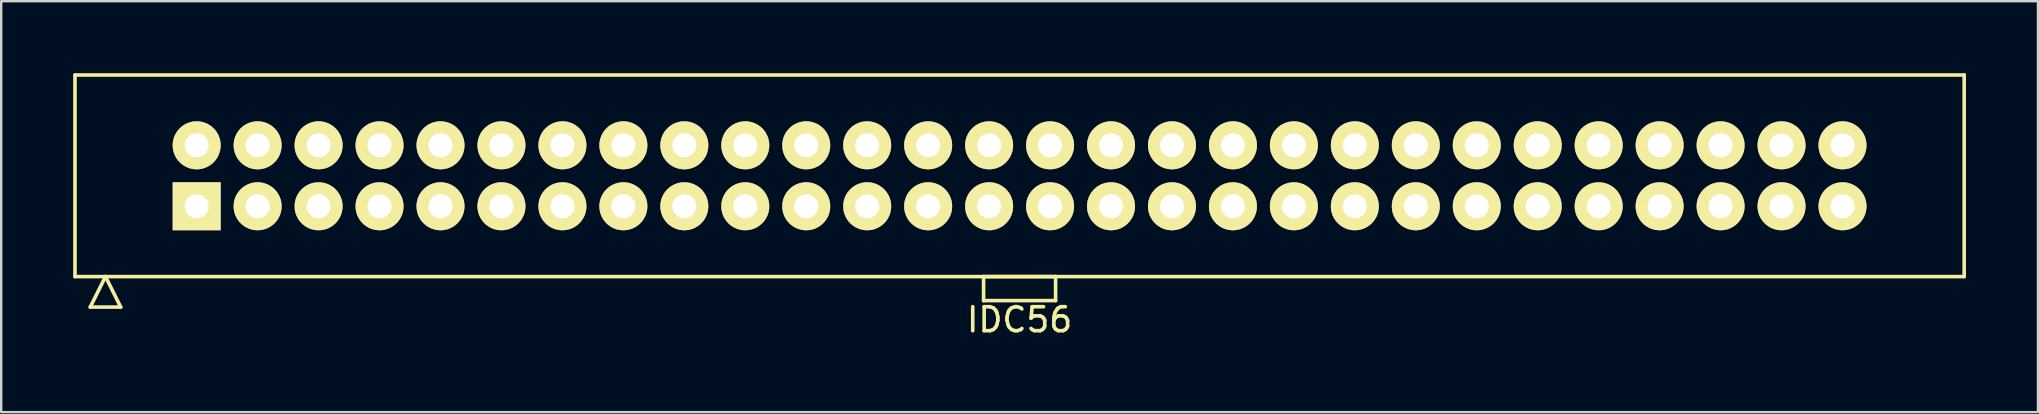
<source format=kicad_pcb>
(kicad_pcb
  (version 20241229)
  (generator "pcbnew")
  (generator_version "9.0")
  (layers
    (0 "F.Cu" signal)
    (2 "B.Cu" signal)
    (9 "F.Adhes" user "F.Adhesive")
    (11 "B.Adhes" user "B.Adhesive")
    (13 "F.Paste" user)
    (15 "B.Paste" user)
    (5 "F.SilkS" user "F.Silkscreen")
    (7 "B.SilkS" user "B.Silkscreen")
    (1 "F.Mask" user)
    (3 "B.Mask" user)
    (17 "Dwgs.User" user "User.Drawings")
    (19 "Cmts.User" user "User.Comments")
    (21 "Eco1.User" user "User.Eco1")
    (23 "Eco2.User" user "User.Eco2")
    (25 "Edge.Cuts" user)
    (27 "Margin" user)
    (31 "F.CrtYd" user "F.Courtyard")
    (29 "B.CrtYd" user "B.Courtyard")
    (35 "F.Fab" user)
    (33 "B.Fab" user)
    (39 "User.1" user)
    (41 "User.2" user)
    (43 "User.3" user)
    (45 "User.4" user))
  (footprint "IDC56"
    (layer "F.Cu")
    (at 39.435 4.275)
    (property "Reference" "IDC56" (at 0 6 0) (layer "F.SilkS") (effects (font (size 1 1) (thickness 0.15))))
    (attr through_hole)
    (fp_line (start -39.36 -4.2) (end -39.36 4.2) (stroke (width 0.15) (type solid)) (layer "F.SilkS"))
    (fp_line (start -39.36 4.2) (end 39.36 4.2) (stroke (width 0.15) (type solid)) (layer "F.SilkS"))
    (fp_line (start -38.725 5.47) (end -38.09 4.2) (stroke (width 0.15) (type solid)) (layer "F.SilkS"))
    (fp_line (start -38.725 5.47) (end -37.455 5.47) (stroke (width 0.15) (type solid)) (layer "F.SilkS"))
    (fp_line (start -37.455 5.47) (end -38.09 4.2) (stroke (width 0.15) (type solid)) (layer "F.SilkS"))
    (fp_line (start -1.5 4.2) (end -1.5 5.2) (stroke (width 0.15) (type solid)) (layer "F.SilkS"))
    (fp_line (start -1.5 5.2) (end 1.5 5.2) (stroke (width 0.15) (type solid)) (layer "F.SilkS"))
    (fp_line (start 1.5 4.2) (end -1.5 4.2) (stroke (width 0.15) (type solid)) (layer "F.SilkS"))
    (fp_line (start 1.5 5.2) (end 1.5 4.2) (stroke (width 0.15) (type solid)) (layer "F.SilkS"))
    (fp_line (start 39.36 -4.2) (end -39.36 -4.2) (stroke (width 0.15) (type solid)) (layer "F.SilkS"))
    (fp_line (start 39.36 4.2) (end 39.36 -4.2) (stroke (width 0.15) (type solid)) (layer "F.SilkS"))
    (pad "1" thru_hole rect (at -34.29 1.27) (size 2 2) (drill 1) (layers "*.Cu" "*.Mask" "F.SilkS"))
    (pad "2" thru_hole oval (at -34.29 -1.27) (size 2 2) (drill 1) (layers "*.Cu" "*.Mask" "F.SilkS"))
    (pad "3" thru_hole oval (at -31.75 1.27) (size 2 2) (drill 1) (layers "*.Cu" "*.Mask" "F.SilkS"))
    (pad "4" thru_hole oval (at -31.75 -1.27) (size 2 2) (drill 1) (layers "*.Cu" "*.Mask" "F.SilkS"))
    (pad "5" thru_hole oval (at -29.21 1.27) (size 2 2) (drill 1) (layers "*.Cu" "*.Mask" "F.SilkS"))
    (pad "6" thru_hole oval (at -29.21 -1.27) (size 2 2) (drill 1) (layers "*.Cu" "*.Mask" "F.SilkS"))
    (pad "7" thru_hole oval (at -26.67 1.27) (size 2 2) (drill 1) (layers "*.Cu" "*.Mask" "F.SilkS"))
    (pad "8" thru_hole oval (at -26.67 -1.27) (size 2 2) (drill 1) (layers "*.Cu" "*.Mask" "F.SilkS"))
    (pad "9" thru_hole oval (at -24.13 1.27) (size 2 2) (drill 1) (layers "*.Cu" "*.Mask" "F.SilkS"))
    (pad "10" thru_hole oval (at -24.13 -1.27) (size 2 2) (drill 1) (layers "*.Cu" "*.Mask" "F.SilkS"))
    (pad "11" thru_hole oval (at -21.59 1.27) (size 2 2) (drill 1) (layers "*.Cu" "*.Mask" "F.SilkS"))
    (pad "12" thru_hole oval (at -21.59 -1.27) (size 2 2) (drill 1) (layers "*.Cu" "*.Mask" "F.SilkS"))
    (pad "13" thru_hole oval (at -19.05 1.27) (size 2 2) (drill 1) (layers "*.Cu" "*.Mask" "F.SilkS"))
    (pad "14" thru_hole oval (at -19.05 -1.27) (size 2 2) (drill 1) (layers "*.Cu" "*.Mask" "F.SilkS"))
    (pad "15" thru_hole oval (at -16.51 1.27) (size 2 2) (drill 1) (layers "*.Cu" "*.Mask" "F.SilkS"))
    (pad "16" thru_hole oval (at -16.51 -1.27) (size 2 2) (drill 1) (layers "*.Cu" "*.Mask" "F.SilkS"))
    (pad "17" thru_hole oval (at -13.97 1.27) (size 2 2) (drill 1) (layers "*.Cu" "*.Mask" "F.SilkS"))
    (pad "18" thru_hole oval (at -13.97 -1.27) (size 2 2) (drill 1) (layers "*.Cu" "*.Mask" "F.SilkS"))
    (pad "19" thru_hole oval (at -11.43 1.27) (size 2 2) (drill 1) (layers "*.Cu" "*.Mask" "F.SilkS"))
    (pad "20" thru_hole oval (at -11.43 -1.27) (size 2 2) (drill 1) (layers "*.Cu" "*.Mask" "F.SilkS"))
    (pad "21" thru_hole oval (at -8.89 1.27) (size 2 2) (drill 1) (layers "*.Cu" "*.Mask" "F.SilkS"))
    (pad "22" thru_hole oval (at -8.89 -1.27) (size 2 2) (drill 1) (layers "*.Cu" "*.Mask" "F.SilkS"))
    (pad "23" thru_hole oval (at -6.35 1.27) (size 2 2) (drill 1) (layers "*.Cu" "*.Mask" "F.SilkS"))
    (pad "24" thru_hole oval (at -6.35 -1.27) (size 2 2) (drill 1) (layers "*.Cu" "*.Mask" "F.SilkS"))
    (pad "25" thru_hole oval (at -3.81 1.27) (size 2 2) (drill 1) (layers "*.Cu" "*.Mask" "F.SilkS"))
    (pad "26" thru_hole oval (at -3.81 -1.27) (size 2 2) (drill 1) (layers "*.Cu" "*.Mask" "F.SilkS"))
    (pad "27" thru_hole oval (at -1.27 1.27) (size 2 2) (drill 1) (layers "*.Cu" "*.Mask" "F.SilkS"))
    (pad "28" thru_hole oval (at -1.27 -1.27) (size 2 2) (drill 1) (layers "*.Cu" "*.Mask" "F.SilkS"))
    (pad "29" thru_hole oval (at 1.27 1.27) (size 2 2) (drill 1) (layers "*.Cu" "*.Mask" "F.SilkS"))
    (pad "30" thru_hole oval (at 1.27 -1.27) (size 2 2) (drill 1) (layers "*.Cu" "*.Mask" "F.SilkS"))
    (pad "31" thru_hole oval (at 3.81 1.27) (size 2 2) (drill 1) (layers "*.Cu" "*.Mask" "F.SilkS"))
    (pad "32" thru_hole oval (at 3.81 -1.27) (size 2 2) (drill 1) (layers "*.Cu" "*.Mask" "F.SilkS"))
    (pad "33" thru_hole oval (at 6.35 1.27) (size 2 2) (drill 1) (layers "*.Cu" "*.Mask" "F.SilkS"))
    (pad "34" thru_hole oval (at 6.35 -1.27) (size 2 2) (drill 1) (layers "*.Cu" "*.Mask" "F.SilkS"))
    (pad "35" thru_hole oval (at 8.89 1.27) (size 2 2) (drill 1) (layers "*.Cu" "*.Mask" "F.SilkS"))
    (pad "36" thru_hole oval (at 8.89 -1.27) (size 2 2) (drill 1) (layers "*.Cu" "*.Mask" "F.SilkS"))
    (pad "37" thru_hole oval (at 11.43 1.27) (size 2 2) (drill 1) (layers "*.Cu" "*.Mask" "F.SilkS"))
    (pad "38" thru_hole oval (at 11.43 -1.27) (size 2 2) (drill 1) (layers "*.Cu" "*.Mask" "F.SilkS"))
    (pad "39" thru_hole oval (at 13.97 1.27) (size 2 2) (drill 1) (layers "*.Cu" "*.Mask" "F.SilkS"))
    (pad "40" thru_hole oval (at 13.97 -1.27) (size 2 2) (drill 1) (layers "*.Cu" "*.Mask" "F.SilkS"))
    (pad "41" thru_hole oval (at 16.51 1.27) (size 2 2) (drill 1) (layers "*.Cu" "*.Mask" "F.SilkS"))
    (pad "42" thru_hole oval (at 16.51 -1.27) (size 2 2) (drill 1) (layers "*.Cu" "*.Mask" "F.SilkS"))
    (pad "43" thru_hole oval (at 19.05 1.27) (size 2 2) (drill 1) (layers "*.Cu" "*.Mask" "F.SilkS"))
    (pad "44" thru_hole oval (at 19.05 -1.27) (size 2 2) (drill 1) (layers "*.Cu" "*.Mask" "F.SilkS"))
    (pad "45" thru_hole oval (at 21.59 1.27) (size 2 2) (drill 1) (layers "*.Cu" "*.Mask" "F.SilkS"))
    (pad "46" thru_hole oval (at 21.59 -1.27) (size 2 2) (drill 1) (layers "*.Cu" "*.Mask" "F.SilkS"))
    (pad "47" thru_hole oval (at 24.13 1.27) (size 2 2) (drill 1) (layers "*.Cu" "*.Mask" "F.SilkS"))
    (pad "48" thru_hole oval (at 24.13 -1.27) (size 2 2) (drill 1) (layers "*.Cu" "*.Mask" "F.SilkS"))
    (pad "49" thru_hole oval (at 26.67 1.27) (size 2 2) (drill 1) (layers "*.Cu" "*.Mask" "F.SilkS"))
    (pad "50" thru_hole oval (at 26.67 -1.27) (size 2 2) (drill 1) (layers "*.Cu" "*.Mask" "F.SilkS"))
    (pad "51" thru_hole oval (at 29.21 1.27) (size 2 2) (drill 1) (layers "*.Cu" "*.Mask" "F.SilkS"))
    (pad "52" thru_hole oval (at 29.21 -1.27) (size 2 2) (drill 1) (layers "*.Cu" "*.Mask" "F.SilkS"))
    (pad "53" thru_hole oval (at 31.75 1.27) (size 2 2) (drill 1) (layers "*.Cu" "*.Mask" "F.SilkS"))
    (pad "54" thru_hole oval (at 31.75 -1.27) (size 2 2) (drill 1) (layers "*.Cu" "*.Mask" "F.SilkS"))
    (pad "55" thru_hole oval (at 34.29 1.27) (size 2 2) (drill 1) (layers "*.Cu" "*.Mask" "F.SilkS"))
    (pad "56" thru_hole oval (at 34.29 -1.27) (size 2 2) (drill 1) (layers "*.Cu" "*.Mask" "F.SilkS")))
  (gr_rect
    (start -3 -3)
    (end 81.87 14.123)
    (stroke (width 0.1) (type default))
    (fill no)
    (layer "Edge.Cuts")))
</source>
